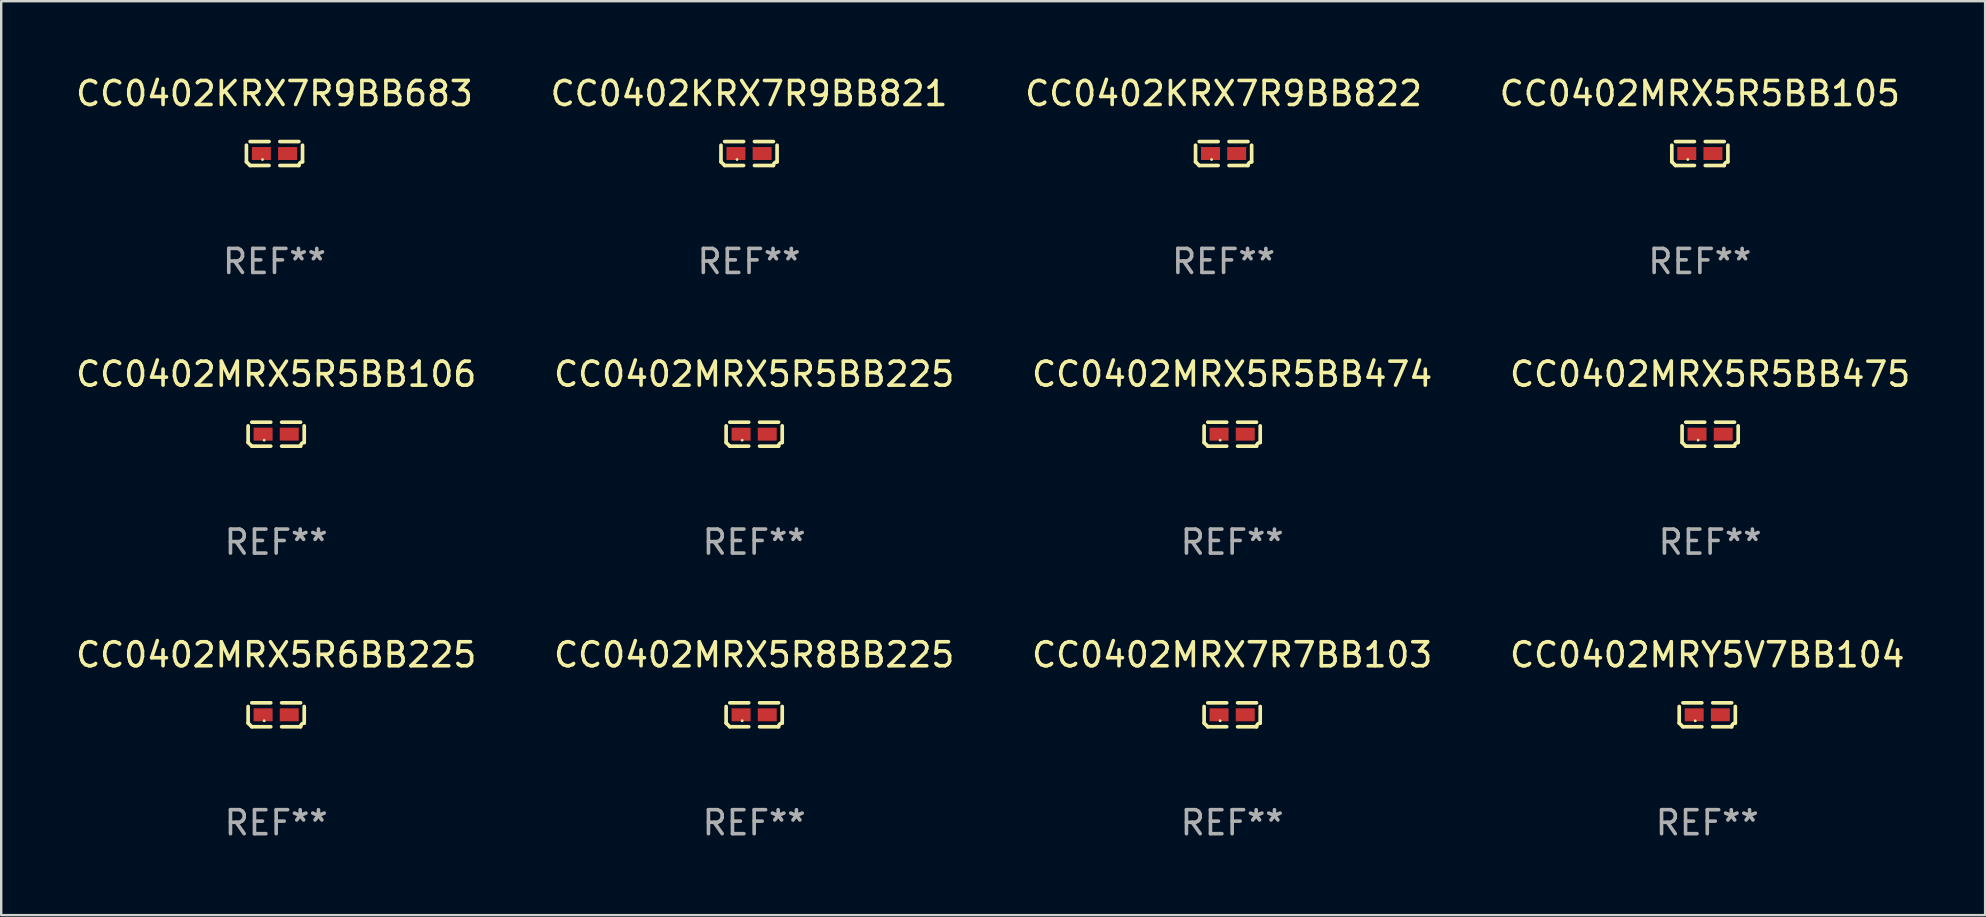
<source format=kicad_pcb>
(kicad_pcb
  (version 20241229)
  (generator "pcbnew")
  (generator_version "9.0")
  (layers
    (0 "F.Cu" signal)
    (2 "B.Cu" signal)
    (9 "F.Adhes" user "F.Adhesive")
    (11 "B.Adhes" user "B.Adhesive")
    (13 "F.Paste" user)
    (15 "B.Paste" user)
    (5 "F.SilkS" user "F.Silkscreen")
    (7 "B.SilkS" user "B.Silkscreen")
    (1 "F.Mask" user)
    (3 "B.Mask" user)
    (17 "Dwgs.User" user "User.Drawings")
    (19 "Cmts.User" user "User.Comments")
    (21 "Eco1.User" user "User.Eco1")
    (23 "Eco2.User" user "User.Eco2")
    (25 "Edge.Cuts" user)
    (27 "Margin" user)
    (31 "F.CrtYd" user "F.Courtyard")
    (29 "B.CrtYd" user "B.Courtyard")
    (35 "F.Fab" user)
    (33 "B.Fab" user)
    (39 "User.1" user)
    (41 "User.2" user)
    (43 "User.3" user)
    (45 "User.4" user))
  (footprint "CC0402MRX5R5BB106"
    (layer "F.Cu")
    (at 8.458 15.041)
    (property "Reference" "CC0402MRX5R5BB106" (at 0 -2.499 0) (layer "F.SilkS") (effects (font (size 1 1) (thickness 0.15))))
    (attr through_hole)
    (fp_line (start -1.169 0.346) (end -1.169 -0.346) (stroke (width 0.152) (type solid)) (layer "F.SilkS"))
    (fp_line (start -1.016 -0.499) (end -0.226 -0.499) (stroke (width 0.152) (type solid)) (layer "F.SilkS"))
    (fp_line (start -0.226 0.499) (end -1.016 0.499) (stroke (width 0.152) (type solid)) (layer "F.SilkS"))
    (fp_line (start 0.226 0.499) (end 1.016 0.499) (stroke (width 0.152) (type solid)) (layer "F.SilkS"))
    (fp_line (start 1.016 -0.499) (end 0.226 -0.499) (stroke (width 0.152) (type solid)) (layer "F.SilkS"))
    (fp_line (start 1.169 0.346) (end 1.169 -0.346) (stroke (width 0.152) (type solid)) (layer "F.SilkS"))
    (fp_arc (start -1.016307 0.498603) (mid -1.092512 0.422405) (end -1.16871 0.3462) (stroke (width 0.1524) (type solid)) (layer "F.SilkS"))
    (fp_arc (start 1.016307 0.498603) (mid 1.060899 0.390758) (end 1.168707 0.346076) (stroke (width 0.1524) (type solid)) (layer "F.SilkS"))
    (fp_circle (center -0.5 0.25) (end -0.47 0.25) (stroke (width 0.06) (type solid)) (fill no) (layer "F.SilkS"))
    (fp_text user "REF**" (at 0 4.499 0) (layer "F.Fab") (effects (font (size 1 1) (thickness 0.15))))
    (pad "1" smd rect (at -0.545 0) (size 0.79 0.54) (layers "F.Cu" "F.Mask" "F.Paste"))
    (pad "2" smd rect (at 0.545 0) (size 0.79 0.54) (layers "F.Cu" "F.Mask" "F.Paste")))
  (footprint "CC0402MRY5V7BB104"
    (layer "F.Cu")
    (at 68.089 26.734)
    (property "Reference" "CC0402MRY5V7BB104" (at 0 -2.499 0) (layer "F.SilkS") (effects (font (size 1 1) (thickness 0.15))))
    (attr through_hole)
    (fp_line (start -1.169 0.346) (end -1.169 -0.346) (stroke (width 0.152) (type solid)) (layer "F.SilkS"))
    (fp_line (start -1.016 -0.499) (end -0.226 -0.499) (stroke (width 0.152) (type solid)) (layer "F.SilkS"))
    (fp_line (start -0.226 0.499) (end -1.016 0.499) (stroke (width 0.152) (type solid)) (layer "F.SilkS"))
    (fp_line (start 0.226 0.499) (end 1.016 0.499) (stroke (width 0.152) (type solid)) (layer "F.SilkS"))
    (fp_line (start 1.016 -0.499) (end 0.226 -0.499) (stroke (width 0.152) (type solid)) (layer "F.SilkS"))
    (fp_line (start 1.169 0.346) (end 1.169 -0.346) (stroke (width 0.152) (type solid)) (layer "F.SilkS"))
    (fp_arc (start -1.016307 0.498603) (mid -1.092512 0.422405) (end -1.16871 0.3462) (stroke (width 0.1524) (type solid)) (layer "F.SilkS"))
    (fp_arc (start 1.016307 0.498603) (mid 1.060899 0.390758) (end 1.168707 0.346076) (stroke (width 0.1524) (type solid)) (layer "F.SilkS"))
    (fp_circle (center -0.5 0.25) (end -0.47 0.25) (stroke (width 0.06) (type solid)) (fill no) (layer "F.SilkS"))
    (fp_text user "REF**" (at 0 4.499 0) (layer "F.Fab") (effects (font (size 1 1) (thickness 0.15))))
    (pad "1" smd rect (at -0.545 0) (size 0.79 0.54) (layers "F.Cu" "F.Mask" "F.Paste"))
    (pad "2" smd rect (at 0.545 0) (size 0.79 0.54) (layers "F.Cu" "F.Mask" "F.Paste")))
  (footprint "CC0402MRX5R6BB225"
    (layer "F.Cu")
    (at 8.458 26.734)
    (property "Reference" "CC0402MRX5R6BB225" (at 0 -2.499 0) (layer "F.SilkS") (effects (font (size 1 1) (thickness 0.15))))
    (attr through_hole)
    (fp_line (start -1.169 0.346) (end -1.169 -0.346) (stroke (width 0.152) (type solid)) (layer "F.SilkS"))
    (fp_line (start -1.016 -0.499) (end -0.226 -0.499) (stroke (width 0.152) (type solid)) (layer "F.SilkS"))
    (fp_line (start -0.226 0.499) (end -1.016 0.499) (stroke (width 0.152) (type solid)) (layer "F.SilkS"))
    (fp_line (start 0.226 0.499) (end 1.016 0.499) (stroke (width 0.152) (type solid)) (layer "F.SilkS"))
    (fp_line (start 1.016 -0.499) (end 0.226 -0.499) (stroke (width 0.152) (type solid)) (layer "F.SilkS"))
    (fp_line (start 1.169 0.346) (end 1.169 -0.346) (stroke (width 0.152) (type solid)) (layer "F.SilkS"))
    (fp_arc (start -1.016307 0.498603) (mid -1.092512 0.422405) (end -1.16871 0.3462) (stroke (width 0.1524) (type solid)) (layer "F.SilkS"))
    (fp_arc (start 1.016307 0.498603) (mid 1.060899 0.390758) (end 1.168707 0.346076) (stroke (width 0.1524) (type solid)) (layer "F.SilkS"))
    (fp_circle (center -0.5 0.25) (end -0.47 0.25) (stroke (width 0.06) (type solid)) (fill no) (layer "F.SilkS"))
    (fp_text user "REF**" (at 0 4.499 0) (layer "F.Fab") (effects (font (size 1 1) (thickness 0.15))))
    (pad "1" smd rect (at -0.545 0) (size 0.79 0.54) (layers "F.Cu" "F.Mask" "F.Paste"))
    (pad "2" smd rect (at 0.545 0) (size 0.79 0.54) (layers "F.Cu" "F.Mask" "F.Paste")))
  (footprint "CC0402MRX5R5BB474"
    (layer "F.Cu")
    (at 48.292 15.041)
    (property "Reference" "CC0402MRX5R5BB474" (at 0 -2.499 0) (layer "F.SilkS") (effects (font (size 1 1) (thickness 0.15))))
    (attr through_hole)
    (fp_line (start -1.169 0.346) (end -1.169 -0.346) (stroke (width 0.152) (type solid)) (layer "F.SilkS"))
    (fp_line (start -1.016 -0.499) (end -0.226 -0.499) (stroke (width 0.152) (type solid)) (layer "F.SilkS"))
    (fp_line (start -0.226 0.499) (end -1.016 0.499) (stroke (width 0.152) (type solid)) (layer "F.SilkS"))
    (fp_line (start 0.226 0.499) (end 1.016 0.499) (stroke (width 0.152) (type solid)) (layer "F.SilkS"))
    (fp_line (start 1.016 -0.499) (end 0.226 -0.499) (stroke (width 0.152) (type solid)) (layer "F.SilkS"))
    (fp_line (start 1.169 0.346) (end 1.169 -0.346) (stroke (width 0.152) (type solid)) (layer "F.SilkS"))
    (fp_arc (start -1.016307 0.498603) (mid -1.092512 0.422405) (end -1.16871 0.3462) (stroke (width 0.1524) (type solid)) (layer "F.SilkS"))
    (fp_arc (start 1.016307 0.498603) (mid 1.060899 0.390758) (end 1.168707 0.346076) (stroke (width 0.1524) (type solid)) (layer "F.SilkS"))
    (fp_circle (center -0.5 0.25) (end -0.47 0.25) (stroke (width 0.06) (type solid)) (fill no) (layer "F.SilkS"))
    (fp_text user "REF**" (at 0 4.499 0) (layer "F.Fab") (effects (font (size 1 1) (thickness 0.15))))
    (pad "1" smd rect (at -0.545 0) (size 0.79 0.54) (layers "F.Cu" "F.Mask" "F.Paste"))
    (pad "2" smd rect (at 0.545 0) (size 0.79 0.54) (layers "F.Cu" "F.Mask" "F.Paste")))
  (footprint "CC0402KRX7R9BB822"
    (layer "F.Cu")
    (at 47.935 3.347)
    (property "Reference" "CC0402KRX7R9BB822" (at 0 -2.499 0) (layer "F.SilkS") (effects (font (size 1 1) (thickness 0.15))))
    (attr through_hole)
    (fp_line (start -1.169 0.346) (end -1.169 -0.346) (stroke (width 0.152) (type solid)) (layer "F.SilkS"))
    (fp_line (start -1.016 -0.499) (end -0.226 -0.499) (stroke (width 0.152) (type solid)) (layer "F.SilkS"))
    (fp_line (start -0.226 0.499) (end -1.016 0.499) (stroke (width 0.152) (type solid)) (layer "F.SilkS"))
    (fp_line (start 0.226 0.499) (end 1.016 0.499) (stroke (width 0.152) (type solid)) (layer "F.SilkS"))
    (fp_line (start 1.016 -0.499) (end 0.226 -0.499) (stroke (width 0.152) (type solid)) (layer "F.SilkS"))
    (fp_line (start 1.169 0.346) (end 1.169 -0.346) (stroke (width 0.152) (type solid)) (layer "F.SilkS"))
    (fp_arc (start -1.016307 0.498603) (mid -1.092512 0.422405) (end -1.16871 0.3462) (stroke (width 0.1524) (type solid)) (layer "F.SilkS"))
    (fp_arc (start 1.016307 0.498603) (mid 1.060899 0.390758) (end 1.168707 0.346076) (stroke (width 0.1524) (type solid)) (layer "F.SilkS"))
    (fp_circle (center -0.5 0.25) (end -0.47 0.25) (stroke (width 0.06) (type solid)) (fill no) (layer "F.SilkS"))
    (fp_text user "REF**" (at 0 4.499 0) (layer "F.Fab") (effects (font (size 1 1) (thickness 0.15))))
    (pad "1" smd rect (at -0.545 0) (size 0.79 0.54) (layers "F.Cu" "F.Mask" "F.Paste"))
    (pad "2" smd rect (at 0.545 0) (size 0.79 0.54) (layers "F.Cu" "F.Mask" "F.Paste")))
  (footprint "CC0402MRX5R5BB105"
    (layer "F.Cu")
    (at 67.78 3.347)
    (property "Reference" "CC0402MRX5R5BB105" (at 0 -2.499 0) (layer "F.SilkS") (effects (font (size 1 1) (thickness 0.15))))
    (attr through_hole)
    (fp_line (start -1.169 0.346) (end -1.169 -0.346) (stroke (width 0.152) (type solid)) (layer "F.SilkS"))
    (fp_line (start -1.016 -0.499) (end -0.226 -0.499) (stroke (width 0.152) (type solid)) (layer "F.SilkS"))
    (fp_line (start -0.226 0.499) (end -1.016 0.499) (stroke (width 0.152) (type solid)) (layer "F.SilkS"))
    (fp_line (start 0.226 0.499) (end 1.016 0.499) (stroke (width 0.152) (type solid)) (layer "F.SilkS"))
    (fp_line (start 1.016 -0.499) (end 0.226 -0.499) (stroke (width 0.152) (type solid)) (layer "F.SilkS"))
    (fp_line (start 1.169 0.346) (end 1.169 -0.346) (stroke (width 0.152) (type solid)) (layer "F.SilkS"))
    (fp_arc (start -1.016307 0.498603) (mid -1.092512 0.422405) (end -1.16871 0.3462) (stroke (width 0.1524) (type solid)) (layer "F.SilkS"))
    (fp_arc (start 1.016307 0.498603) (mid 1.060899 0.390758) (end 1.168707 0.346076) (stroke (width 0.1524) (type solid)) (layer "F.SilkS"))
    (fp_circle (center -0.5 0.25) (end -0.47 0.25) (stroke (width 0.06) (type solid)) (fill no) (layer "F.SilkS"))
    (fp_text user "REF**" (at 0 4.499 0) (layer "F.Fab") (effects (font (size 1 1) (thickness 0.15))))
    (pad "1" smd rect (at -0.545 0) (size 0.79 0.54) (layers "F.Cu" "F.Mask" "F.Paste"))
    (pad "2" smd rect (at 0.545 0) (size 0.79 0.54) (layers "F.Cu" "F.Mask" "F.Paste")))
  (footprint "CC0402MRX5R8BB225"
    (layer "F.Cu")
    (at 28.375 26.734)
    (property "Reference" "CC0402MRX5R8BB225" (at 0 -2.499 0) (layer "F.SilkS") (effects (font (size 1 1) (thickness 0.15))))
    (attr through_hole)
    (fp_line (start -1.169 0.346) (end -1.169 -0.346) (stroke (width 0.152) (type solid)) (layer "F.SilkS"))
    (fp_line (start -1.016 -0.499) (end -0.226 -0.499) (stroke (width 0.152) (type solid)) (layer "F.SilkS"))
    (fp_line (start -0.226 0.499) (end -1.016 0.499) (stroke (width 0.152) (type solid)) (layer "F.SilkS"))
    (fp_line (start 0.226 0.499) (end 1.016 0.499) (stroke (width 0.152) (type solid)) (layer "F.SilkS"))
    (fp_line (start 1.016 -0.499) (end 0.226 -0.499) (stroke (width 0.152) (type solid)) (layer "F.SilkS"))
    (fp_line (start 1.169 0.346) (end 1.169 -0.346) (stroke (width 0.152) (type solid)) (layer "F.SilkS"))
    (fp_arc (start -1.016307 0.498603) (mid -1.092512 0.422405) (end -1.16871 0.3462) (stroke (width 0.1524) (type solid)) (layer "F.SilkS"))
    (fp_arc (start 1.016307 0.498603) (mid 1.060899 0.390758) (end 1.168707 0.346076) (stroke (width 0.1524) (type solid)) (layer "F.SilkS"))
    (fp_circle (center -0.5 0.25) (end -0.47 0.25) (stroke (width 0.06) (type solid)) (fill no) (layer "F.SilkS"))
    (fp_text user "REF**" (at 0 4.499 0) (layer "F.Fab") (effects (font (size 1 1) (thickness 0.15))))
    (pad "1" smd rect (at -0.545 0) (size 0.79 0.54) (layers "F.Cu" "F.Mask" "F.Paste"))
    (pad "2" smd rect (at 0.545 0) (size 0.79 0.54) (layers "F.Cu" "F.Mask" "F.Paste")))
  (footprint "CC0402KRX7R9BB821"
    (layer "F.Cu")
    (at 28.161 3.347)
    (property "Reference" "CC0402KRX7R9BB821" (at 0 -2.499 0) (layer "F.SilkS") (effects (font (size 1 1) (thickness 0.15))))
    (attr through_hole)
    (fp_line (start -1.169 0.346) (end -1.169 -0.346) (stroke (width 0.152) (type solid)) (layer "F.SilkS"))
    (fp_line (start -1.016 -0.499) (end -0.226 -0.499) (stroke (width 0.152) (type solid)) (layer "F.SilkS"))
    (fp_line (start -0.226 0.499) (end -1.016 0.499) (stroke (width 0.152) (type solid)) (layer "F.SilkS"))
    (fp_line (start 0.226 0.499) (end 1.016 0.499) (stroke (width 0.152) (type solid)) (layer "F.SilkS"))
    (fp_line (start 1.016 -0.499) (end 0.226 -0.499) (stroke (width 0.152) (type solid)) (layer "F.SilkS"))
    (fp_line (start 1.169 0.346) (end 1.169 -0.346) (stroke (width 0.152) (type solid)) (layer "F.SilkS"))
    (fp_arc (start -1.016307 0.498603) (mid -1.092512 0.422405) (end -1.16871 0.3462) (stroke (width 0.1524) (type solid)) (layer "F.SilkS"))
    (fp_arc (start 1.016307 0.498603) (mid 1.060899 0.390758) (end 1.168707 0.346076) (stroke (width 0.1524) (type solid)) (layer "F.SilkS"))
    (fp_circle (center -0.5 0.25) (end -0.47 0.25) (stroke (width 0.06) (type solid)) (fill no) (layer "F.SilkS"))
    (fp_text user "REF**" (at 0 4.499 0) (layer "F.Fab") (effects (font (size 1 1) (thickness 0.15))))
    (pad "1" smd rect (at -0.545 0) (size 0.79 0.54) (layers "F.Cu" "F.Mask" "F.Paste"))
    (pad "2" smd rect (at 0.545 0) (size 0.79 0.54) (layers "F.Cu" "F.Mask" "F.Paste")))
  (footprint "CC0402KRX7R9BB683"
    (layer "F.Cu")
    (at 8.387 3.347)
    (property "Reference" "CC0402KRX7R9BB683" (at 0 -2.499 0) (layer "F.SilkS") (effects (font (size 1 1) (thickness 0.15))))
    (attr through_hole)
    (fp_line (start -1.169 0.346) (end -1.169 -0.346) (stroke (width 0.152) (type solid)) (layer "F.SilkS"))
    (fp_line (start -1.016 -0.499) (end -0.226 -0.499) (stroke (width 0.152) (type solid)) (layer "F.SilkS"))
    (fp_line (start -0.226 0.499) (end -1.016 0.499) (stroke (width 0.152) (type solid)) (layer "F.SilkS"))
    (fp_line (start 0.226 0.499) (end 1.016 0.499) (stroke (width 0.152) (type solid)) (layer "F.SilkS"))
    (fp_line (start 1.016 -0.499) (end 0.226 -0.499) (stroke (width 0.152) (type solid)) (layer "F.SilkS"))
    (fp_line (start 1.169 0.346) (end 1.169 -0.346) (stroke (width 0.152) (type solid)) (layer "F.SilkS"))
    (fp_arc (start -1.016307 0.498603) (mid -1.092512 0.422405) (end -1.16871 0.3462) (stroke (width 0.1524) (type solid)) (layer "F.SilkS"))
    (fp_arc (start 1.016307 0.498603) (mid 1.060899 0.390758) (end 1.168707 0.346076) (stroke (width 0.1524) (type solid)) (layer "F.SilkS"))
    (fp_circle (center -0.5 0.25) (end -0.47 0.25) (stroke (width 0.06) (type solid)) (fill no) (layer "F.SilkS"))
    (fp_text user "REF**" (at 0 4.499 0) (layer "F.Fab") (effects (font (size 1 1) (thickness 0.15))))
    (pad "1" smd rect (at -0.545 0) (size 0.79 0.54) (layers "F.Cu" "F.Mask" "F.Paste"))
    (pad "2" smd rect (at 0.545 0) (size 0.79 0.54) (layers "F.Cu" "F.Mask" "F.Paste")))
  (footprint "CC0402MRX5R5BB225"
    (layer "F.Cu")
    (at 28.375 15.041)
    (property "Reference" "CC0402MRX5R5BB225" (at 0 -2.499 0) (layer "F.SilkS") (effects (font (size 1 1) (thickness 0.15))))
    (attr through_hole)
    (fp_line (start -1.169 0.346) (end -1.169 -0.346) (stroke (width 0.152) (type solid)) (layer "F.SilkS"))
    (fp_line (start -1.016 -0.499) (end -0.226 -0.499) (stroke (width 0.152) (type solid)) (layer "F.SilkS"))
    (fp_line (start -0.226 0.499) (end -1.016 0.499) (stroke (width 0.152) (type solid)) (layer "F.SilkS"))
    (fp_line (start 0.226 0.499) (end 1.016 0.499) (stroke (width 0.152) (type solid)) (layer "F.SilkS"))
    (fp_line (start 1.016 -0.499) (end 0.226 -0.499) (stroke (width 0.152) (type solid)) (layer "F.SilkS"))
    (fp_line (start 1.169 0.346) (end 1.169 -0.346) (stroke (width 0.152) (type solid)) (layer "F.SilkS"))
    (fp_arc (start -1.016307 0.498603) (mid -1.092512 0.422405) (end -1.16871 0.3462) (stroke (width 0.1524) (type solid)) (layer "F.SilkS"))
    (fp_arc (start 1.016307 0.498603) (mid 1.060899 0.390758) (end 1.168707 0.346076) (stroke (width 0.1524) (type solid)) (layer "F.SilkS"))
    (fp_circle (center -0.5 0.25) (end -0.47 0.25) (stroke (width 0.06) (type solid)) (fill no) (layer "F.SilkS"))
    (fp_text user "REF**" (at 0 4.499 0) (layer "F.Fab") (effects (font (size 1 1) (thickness 0.15))))
    (pad "1" smd rect (at -0.545 0) (size 0.79 0.54) (layers "F.Cu" "F.Mask" "F.Paste"))
    (pad "2" smd rect (at 0.545 0) (size 0.79 0.54) (layers "F.Cu" "F.Mask" "F.Paste")))
  (footprint "CC0402MRX5R5BB475"
    (layer "F.Cu")
    (at 68.208 15.041)
    (property "Reference" "CC0402MRX5R5BB475" (at 0 -2.499 0) (layer "F.SilkS") (effects (font (size 1 1) (thickness 0.15))))
    (attr through_hole)
    (fp_line (start -1.169 0.346) (end -1.169 -0.346) (stroke (width 0.152) (type solid)) (layer "F.SilkS"))
    (fp_line (start -1.016 -0.499) (end -0.226 -0.499) (stroke (width 0.152) (type solid)) (layer "F.SilkS"))
    (fp_line (start -0.226 0.499) (end -1.016 0.499) (stroke (width 0.152) (type solid)) (layer "F.SilkS"))
    (fp_line (start 0.226 0.499) (end 1.016 0.499) (stroke (width 0.152) (type solid)) (layer "F.SilkS"))
    (fp_line (start 1.016 -0.499) (end 0.226 -0.499) (stroke (width 0.152) (type solid)) (layer "F.SilkS"))
    (fp_line (start 1.169 0.346) (end 1.169 -0.346) (stroke (width 0.152) (type solid)) (layer "F.SilkS"))
    (fp_arc (start -1.016307 0.498603) (mid -1.092512 0.422405) (end -1.16871 0.3462) (stroke (width 0.1524) (type solid)) (layer "F.SilkS"))
    (fp_arc (start 1.016307 0.498603) (mid 1.060899 0.390758) (end 1.168707 0.346076) (stroke (width 0.1524) (type solid)) (layer "F.SilkS"))
    (fp_circle (center -0.5 0.25) (end -0.47 0.25) (stroke (width 0.06) (type solid)) (fill no) (layer "F.SilkS"))
    (fp_text user "REF**" (at 0 4.499 0) (layer "F.Fab") (effects (font (size 1 1) (thickness 0.15))))
    (pad "1" smd rect (at -0.545 0) (size 0.79 0.54) (layers "F.Cu" "F.Mask" "F.Paste"))
    (pad "2" smd rect (at 0.545 0) (size 0.79 0.54) (layers "F.Cu" "F.Mask" "F.Paste")))
  (footprint "CC0402MRX7R7BB103"
    (layer "F.Cu")
    (at 48.292 26.734)
    (property "Reference" "CC0402MRX7R7BB103" (at 0 -2.499 0) (layer "F.SilkS") (effects (font (size 1 1) (thickness 0.15))))
    (attr through_hole)
    (fp_line (start -1.169 0.346) (end -1.169 -0.346) (stroke (width 0.152) (type solid)) (layer "F.SilkS"))
    (fp_line (start -1.016 -0.499) (end -0.226 -0.499) (stroke (width 0.152) (type solid)) (layer "F.SilkS"))
    (fp_line (start -0.226 0.499) (end -1.016 0.499) (stroke (width 0.152) (type solid)) (layer "F.SilkS"))
    (fp_line (start 0.226 0.499) (end 1.016 0.499) (stroke (width 0.152) (type solid)) (layer "F.SilkS"))
    (fp_line (start 1.016 -0.499) (end 0.226 -0.499) (stroke (width 0.152) (type solid)) (layer "F.SilkS"))
    (fp_line (start 1.169 0.346) (end 1.169 -0.346) (stroke (width 0.152) (type solid)) (layer "F.SilkS"))
    (fp_arc (start -1.016307 0.498603) (mid -1.092512 0.422405) (end -1.16871 0.3462) (stroke (width 0.1524) (type solid)) (layer "F.SilkS"))
    (fp_arc (start 1.016307 0.498603) (mid 1.060899 0.390758) (end 1.168707 0.346076) (stroke (width 0.1524) (type solid)) (layer "F.SilkS"))
    (fp_circle (center -0.5 0.25) (end -0.47 0.25) (stroke (width 0.06) (type solid)) (fill no) (layer "F.SilkS"))
    (fp_text user "REF**" (at 0 4.499 0) (layer "F.Fab") (effects (font (size 1 1) (thickness 0.15))))
    (pad "1" smd rect (at -0.545 0) (size 0.79 0.54) (layers "F.Cu" "F.Mask" "F.Paste"))
    (pad "2" smd rect (at 0.545 0) (size 0.79 0.54) (layers "F.Cu" "F.Mask" "F.Paste")))
  (gr_rect
    (start -3 -3)
    (end 79.667 35.081)
    (stroke (width 0.1) (type default))
    (fill no)
    (layer "Edge.Cuts")))
</source>
